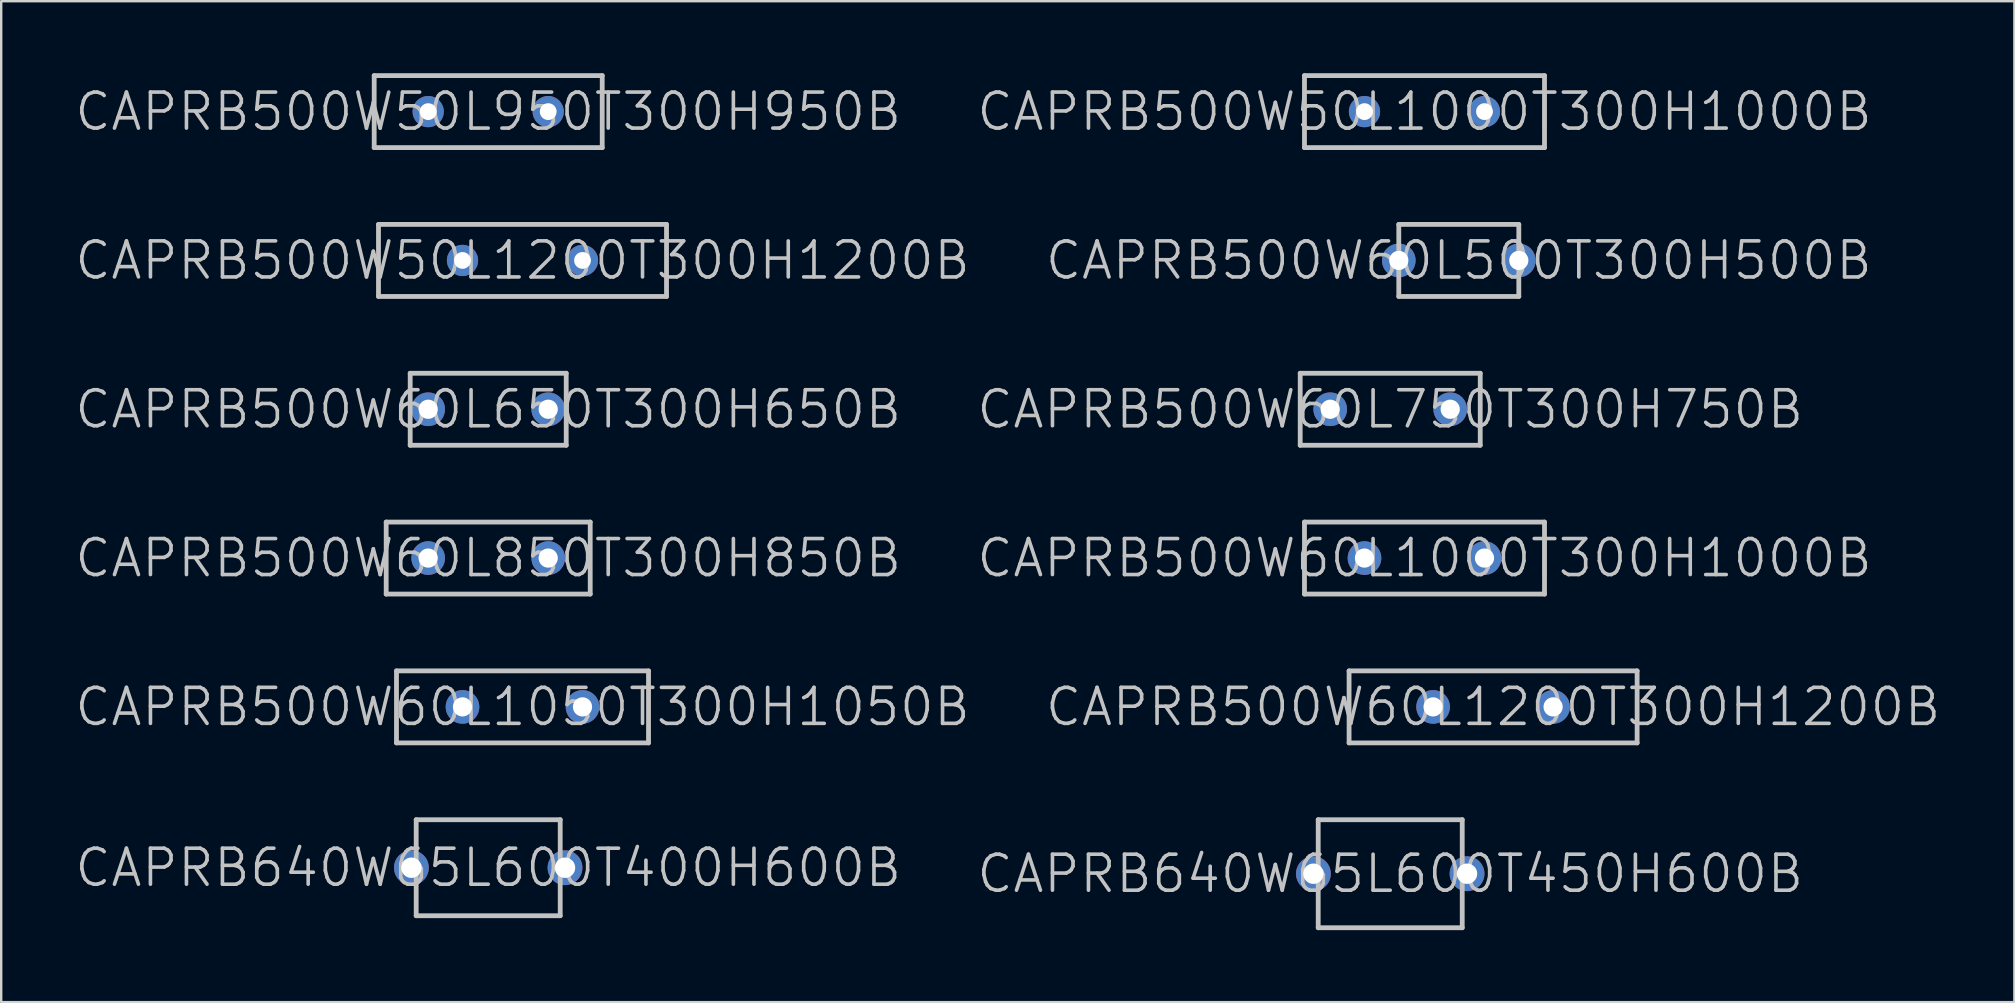
<source format=kicad_pcb>
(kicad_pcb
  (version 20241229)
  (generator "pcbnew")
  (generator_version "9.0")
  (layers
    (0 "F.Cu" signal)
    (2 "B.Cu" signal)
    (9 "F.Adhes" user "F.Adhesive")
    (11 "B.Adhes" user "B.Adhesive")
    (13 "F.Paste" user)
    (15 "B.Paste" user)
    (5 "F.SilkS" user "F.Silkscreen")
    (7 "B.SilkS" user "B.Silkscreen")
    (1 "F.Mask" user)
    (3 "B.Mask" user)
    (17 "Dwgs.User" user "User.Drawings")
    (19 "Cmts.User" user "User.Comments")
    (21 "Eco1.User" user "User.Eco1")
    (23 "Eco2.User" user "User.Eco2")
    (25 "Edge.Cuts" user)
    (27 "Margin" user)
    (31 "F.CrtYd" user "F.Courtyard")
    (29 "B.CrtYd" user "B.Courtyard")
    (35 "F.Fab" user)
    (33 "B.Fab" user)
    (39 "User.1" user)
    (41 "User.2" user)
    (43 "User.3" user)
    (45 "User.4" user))
  (footprint "CAPRB640W65L600T450H600B"
    (layer "F.Cu")
    (at 54.868 33.35)
    (property "Reference" "CAPRB640W65L600T450H600B" (at 0 0 0) (layer "Dwgs.User") (effects (font (size 1.5 1.5) (thickness 0.15))))
    (attr through_hole)
    (fp_line (start -3 -2.25) (end -3 2.25) (stroke (width 0.2) (type solid)) (layer "Dwgs.User"))
    (fp_line (start -3 -2.25) (end 3 -2.25) (stroke (width 0.2) (type solid)) (layer "Dwgs.User"))
    (fp_line (start -3 2.25) (end 3 2.25) (stroke (width 0.2) (type solid)) (layer "Dwgs.User"))
    (fp_line (start 3 -2.25) (end 3 2.25) (stroke (width 0.2) (type solid)) (layer "Dwgs.User"))
    (pad "1" thru_hole circle (at -3.2 0) (size 1.45 1.45) (drill 0.85) (layers "*.Cu" "*.Mask"))
    (pad "2" thru_hole circle (at 3.2 0) (size 1.45 1.45) (drill 0.85) (layers "*.Cu" "*.Mask")))
  (footprint "CAPRB500W60L750T300H750B"
    (layer "F.Cu")
    (at 54.868 14)
    (property "Reference" "CAPRB500W60L750T300H750B" (at 0 0 0) (layer "Dwgs.User") (effects (font (size 1.5 1.5) (thickness 0.15))))
    (attr through_hole)
    (fp_line (start -3.75 -1.5) (end -3.75 1.5) (stroke (width 0.2) (type solid)) (layer "Dwgs.User"))
    (fp_line (start -3.75 -1.5) (end 3.75 -1.5) (stroke (width 0.2) (type solid)) (layer "Dwgs.User"))
    (fp_line (start -3.75 1.5) (end 3.75 1.5) (stroke (width 0.2) (type solid)) (layer "Dwgs.User"))
    (fp_line (start 3.75 -1.5) (end 3.75 1.5) (stroke (width 0.2) (type solid)) (layer "Dwgs.User"))
    (pad "1" thru_hole circle (at -2.5 0) (size 1.4 1.4) (drill 0.8) (layers "*.Cu" "*.Mask"))
    (pad "2" thru_hole circle (at 2.5 0) (size 1.4 1.4) (drill 0.8) (layers "*.Cu" "*.Mask")))
  (footprint "CAPRB500W60L1200T300H1200B"
    (layer "F.Cu")
    (at 59.154 26.4)
    (property "Reference" "CAPRB500W60L1200T300H1200B" (at 0 0 0) (layer "Dwgs.User") (effects (font (size 1.5 1.5) (thickness 0.15))))
    (attr through_hole)
    (fp_line (start -6 -1.5) (end -6 1.5) (stroke (width 0.2) (type solid)) (layer "Dwgs.User"))
    (fp_line (start -6 -1.5) (end 6 -1.5) (stroke (width 0.2) (type solid)) (layer "Dwgs.User"))
    (fp_line (start -6 1.5) (end 6 1.5) (stroke (width 0.2) (type solid)) (layer "Dwgs.User"))
    (fp_line (start 6 -1.5) (end 6 1.5) (stroke (width 0.2) (type solid)) (layer "Dwgs.User"))
    (pad "1" thru_hole circle (at -2.5 0) (size 1.4 1.4) (drill 0.8) (layers "*.Cu" "*.Mask"))
    (pad "2" thru_hole circle (at 2.5 0) (size 1.4 1.4) (drill 0.8) (layers "*.Cu" "*.Mask")))
  (footprint "CAPRB500W50L950T300H950B"
    (layer "F.Cu")
    (at 17.289 1.6)
    (property "Reference" "CAPRB500W50L950T300H950B" (at 0 0 0) (layer "Dwgs.User") (effects (font (size 1.5 1.5) (thickness 0.15))))
    (attr through_hole)
    (fp_line (start -4.75 -1.5) (end -4.75 1.5) (stroke (width 0.2) (type solid)) (layer "Dwgs.User"))
    (fp_line (start -4.75 -1.5) (end 4.75 -1.5) (stroke (width 0.2) (type solid)) (layer "Dwgs.User"))
    (fp_line (start -4.75 1.5) (end 4.75 1.5) (stroke (width 0.2) (type solid)) (layer "Dwgs.User"))
    (fp_line (start 4.75 -1.5) (end 4.75 1.5) (stroke (width 0.2) (type solid)) (layer "Dwgs.User"))
    (pad "1" thru_hole circle (at -2.5 0) (size 1.3 1.3) (drill 0.7) (layers "*.Cu" "*.Mask"))
    (pad "2" thru_hole circle (at 2.5 0) (size 1.3 1.3) (drill 0.7) (layers "*.Cu" "*.Mask")))
  (footprint "CAPRB500W60L1000T300H1000B"
    (layer "F.Cu")
    (at 56.296 20.2)
    (property "Reference" "CAPRB500W60L1000T300H1000B" (at 0 0 0) (layer "Dwgs.User") (effects (font (size 1.5 1.5) (thickness 0.15))))
    (attr through_hole)
    (fp_line (start -5 -1.5) (end -5 1.5) (stroke (width 0.2) (type solid)) (layer "Dwgs.User"))
    (fp_line (start -5 -1.5) (end 5 -1.5) (stroke (width 0.2) (type solid)) (layer "Dwgs.User"))
    (fp_line (start -5 1.5) (end 5 1.5) (stroke (width 0.2) (type solid)) (layer "Dwgs.User"))
    (fp_line (start 5 -1.5) (end 5 1.5) (stroke (width 0.2) (type solid)) (layer "Dwgs.User"))
    (pad "1" thru_hole circle (at -2.5 0) (size 1.4 1.4) (drill 0.8) (layers "*.Cu" "*.Mask"))
    (pad "2" thru_hole circle (at 2.5 0) (size 1.4 1.4) (drill 0.8) (layers "*.Cu" "*.Mask")))
  (footprint "CAPRB500W60L500T300H500B"
    (layer "F.Cu")
    (at 57.725 7.8)
    (property "Reference" "CAPRB500W60L500T300H500B" (at 0 0 0) (layer "Dwgs.User") (effects (font (size 1.5 1.5) (thickness 0.15))))
    (attr through_hole)
    (fp_line (start -2.5 -1.5) (end -2.5 1.5) (stroke (width 0.2) (type solid)) (layer "Dwgs.User"))
    (fp_line (start -2.5 -1.5) (end 2.5 -1.5) (stroke (width 0.2) (type solid)) (layer "Dwgs.User"))
    (fp_line (start -2.5 1.5) (end 2.5 1.5) (stroke (width 0.2) (type solid)) (layer "Dwgs.User"))
    (fp_line (start 2.5 -1.5) (end 2.5 1.5) (stroke (width 0.2) (type solid)) (layer "Dwgs.User"))
    (pad "1" thru_hole circle (at -2.5 0) (size 1.4 1.4) (drill 0.8) (layers "*.Cu" "*.Mask"))
    (pad "2" thru_hole circle (at 2.5 0) (size 1.4 1.4) (drill 0.8) (layers "*.Cu" "*.Mask")))
  (footprint "CAPRB500W50L1000T300H1000B"
    (layer "F.Cu")
    (at 56.296 1.6)
    (property "Reference" "CAPRB500W50L1000T300H1000B" (at 0 0 0) (layer "Dwgs.User") (effects (font (size 1.5 1.5) (thickness 0.15))))
    (attr through_hole)
    (fp_line (start -5 -1.5) (end -5 1.5) (stroke (width 0.2) (type solid)) (layer "Dwgs.User"))
    (fp_line (start -5 -1.5) (end 5 -1.5) (stroke (width 0.2) (type solid)) (layer "Dwgs.User"))
    (fp_line (start -5 1.5) (end 5 1.5) (stroke (width 0.2) (type solid)) (layer "Dwgs.User"))
    (fp_line (start 5 -1.5) (end 5 1.5) (stroke (width 0.2) (type solid)) (layer "Dwgs.User"))
    (pad "1" thru_hole circle (at -2.5 0) (size 1.3 1.3) (drill 0.7) (layers "*.Cu" "*.Mask"))
    (pad "2" thru_hole circle (at 2.5 0) (size 1.3 1.3) (drill 0.7) (layers "*.Cu" "*.Mask")))
  (footprint "CAPRB500W60L850T300H850B"
    (layer "F.Cu")
    (at 17.289 20.2)
    (property "Reference" "CAPRB500W60L850T300H850B" (at 0 0 0) (layer "Dwgs.User") (effects (font (size 1.5 1.5) (thickness 0.15))))
    (attr through_hole)
    (fp_line (start -4.25 -1.5) (end -4.25 1.5) (stroke (width 0.2) (type solid)) (layer "Dwgs.User"))
    (fp_line (start -4.25 -1.5) (end 4.25 -1.5) (stroke (width 0.2) (type solid)) (layer "Dwgs.User"))
    (fp_line (start -4.25 1.5) (end 4.25 1.5) (stroke (width 0.2) (type solid)) (layer "Dwgs.User"))
    (fp_line (start 4.25 -1.5) (end 4.25 1.5) (stroke (width 0.2) (type solid)) (layer "Dwgs.User"))
    (pad "1" thru_hole circle (at -2.5 0) (size 1.4 1.4) (drill 0.8) (layers "*.Cu" "*.Mask"))
    (pad "2" thru_hole circle (at 2.5 0) (size 1.4 1.4) (drill 0.8) (layers "*.Cu" "*.Mask")))
  (footprint "CAPRB500W60L650T300H650B"
    (layer "F.Cu")
    (at 17.289 14)
    (property "Reference" "CAPRB500W60L650T300H650B" (at 0 0 0) (layer "Dwgs.User") (effects (font (size 1.5 1.5) (thickness 0.15))))
    (attr through_hole)
    (fp_line (start -3.25 -1.5) (end -3.25 1.5) (stroke (width 0.2) (type solid)) (layer "Dwgs.User"))
    (fp_line (start -3.25 -1.5) (end 3.25 -1.5) (stroke (width 0.2) (type solid)) (layer "Dwgs.User"))
    (fp_line (start -3.25 1.5) (end 3.25 1.5) (stroke (width 0.2) (type solid)) (layer "Dwgs.User"))
    (fp_line (start 3.25 -1.5) (end 3.25 1.5) (stroke (width 0.2) (type solid)) (layer "Dwgs.User"))
    (pad "1" thru_hole circle (at -2.5 0) (size 1.4 1.4) (drill 0.8) (layers "*.Cu" "*.Mask"))
    (pad "2" thru_hole circle (at 2.5 0) (size 1.4 1.4) (drill 0.8) (layers "*.Cu" "*.Mask")))
  (footprint "CAPRB640W65L600T400H600B"
    (layer "F.Cu")
    (at 17.289 33.1)
    (property "Reference" "CAPRB640W65L600T400H600B" (at 0 0 0) (layer "Dwgs.User") (effects (font (size 1.5 1.5) (thickness 0.15))))
    (attr through_hole)
    (fp_line (start -3 -2) (end -3 2) (stroke (width 0.2) (type solid)) (layer "Dwgs.User"))
    (fp_line (start -3 -2) (end 3 -2) (stroke (width 0.2) (type solid)) (layer "Dwgs.User"))
    (fp_line (start -3 2) (end 3 2) (stroke (width 0.2) (type solid)) (layer "Dwgs.User"))
    (fp_line (start 3 -2) (end 3 2) (stroke (width 0.2) (type solid)) (layer "Dwgs.User"))
    (pad "1" thru_hole circle (at -3.2 0) (size 1.45 1.45) (drill 0.85) (layers "*.Cu" "*.Mask"))
    (pad "2" thru_hole circle (at 3.2 0) (size 1.45 1.45) (drill 0.85) (layers "*.Cu" "*.Mask")))
  (footprint "CAPRB500W60L1050T300H1050B"
    (layer "F.Cu")
    (at 18.718 26.4)
    (property "Reference" "CAPRB500W60L1050T300H1050B" (at 0 0 0) (layer "Dwgs.User") (effects (font (size 1.5 1.5) (thickness 0.15))))
    (attr through_hole)
    (fp_line (start -5.25 -1.5) (end -5.25 1.5) (stroke (width 0.2) (type solid)) (layer "Dwgs.User"))
    (fp_line (start -5.25 -1.5) (end 5.25 -1.5) (stroke (width 0.2) (type solid)) (layer "Dwgs.User"))
    (fp_line (start -5.25 1.5) (end 5.25 1.5) (stroke (width 0.2) (type solid)) (layer "Dwgs.User"))
    (fp_line (start 5.25 -1.5) (end 5.25 1.5) (stroke (width 0.2) (type solid)) (layer "Dwgs.User"))
    (pad "1" thru_hole circle (at -2.5 0) (size 1.4 1.4) (drill 0.8) (layers "*.Cu" "*.Mask"))
    (pad "2" thru_hole circle (at 2.5 0) (size 1.4 1.4) (drill 0.8) (layers "*.Cu" "*.Mask")))
  (footprint "CAPRB500W50L1200T300H1200B"
    (layer "F.Cu")
    (at 18.718 7.8)
    (property "Reference" "CAPRB500W50L1200T300H1200B" (at 0 0 0) (layer "Dwgs.User") (effects (font (size 1.5 1.5) (thickness 0.15))))
    (attr through_hole)
    (fp_line (start -6 -1.5) (end -6 1.5) (stroke (width 0.2) (type solid)) (layer "Dwgs.User"))
    (fp_line (start -6 -1.5) (end 6 -1.5) (stroke (width 0.2) (type solid)) (layer "Dwgs.User"))
    (fp_line (start -6 1.5) (end 6 1.5) (stroke (width 0.2) (type solid)) (layer "Dwgs.User"))
    (fp_line (start 6 -1.5) (end 6 1.5) (stroke (width 0.2) (type solid)) (layer "Dwgs.User"))
    (pad "1" thru_hole circle (at -2.5 0) (size 1.3 1.3) (drill 0.7) (layers "*.Cu" "*.Mask"))
    (pad "2" thru_hole circle (at 2.5 0) (size 1.3 1.3) (drill 0.7) (layers "*.Cu" "*.Mask")))
  (gr_rect
    (start -3 -3)
    (end 80.871 38.7)
    (stroke (width 0.1) (type default))
    (fill no)
    (layer "Edge.Cuts")))
</source>
